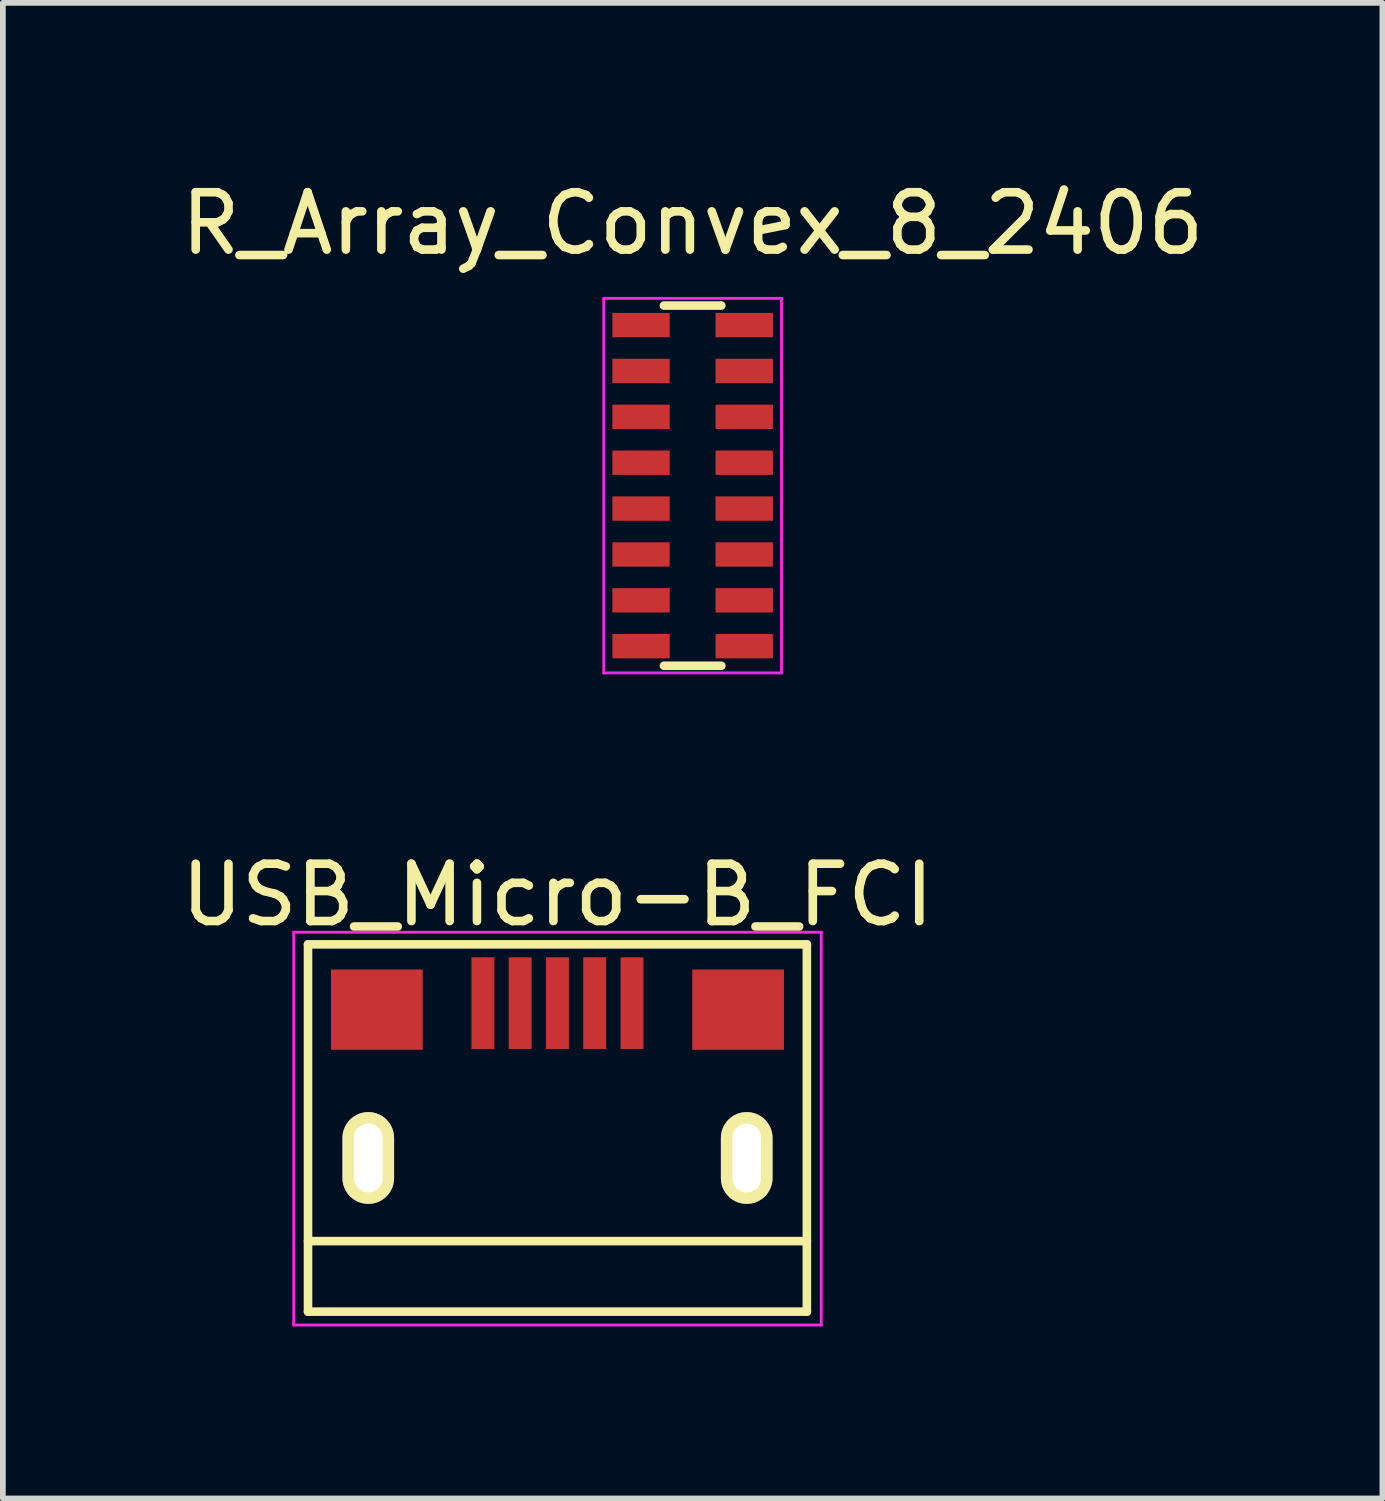
<source format=kicad_pcb>
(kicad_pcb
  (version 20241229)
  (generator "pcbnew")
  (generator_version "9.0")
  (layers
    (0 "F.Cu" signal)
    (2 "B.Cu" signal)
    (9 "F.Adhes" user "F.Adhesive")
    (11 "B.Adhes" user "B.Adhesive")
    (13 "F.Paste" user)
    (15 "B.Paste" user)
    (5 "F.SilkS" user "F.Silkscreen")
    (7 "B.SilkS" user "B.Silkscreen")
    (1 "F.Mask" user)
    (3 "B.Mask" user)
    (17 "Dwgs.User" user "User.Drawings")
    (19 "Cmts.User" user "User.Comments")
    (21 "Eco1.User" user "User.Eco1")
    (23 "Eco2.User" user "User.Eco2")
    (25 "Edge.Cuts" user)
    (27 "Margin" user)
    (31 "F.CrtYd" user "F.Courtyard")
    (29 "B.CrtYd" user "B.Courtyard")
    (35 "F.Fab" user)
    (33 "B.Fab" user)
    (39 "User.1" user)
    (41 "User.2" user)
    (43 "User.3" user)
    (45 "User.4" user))
  (footprint "R_Array_Convex_8_2406"
    (layer "F.Cu")
    (at 9.03 5.42)
    (property "Reference" "R_Array_Convex_8_2406" (at 0 -4.572 0) (layer "F.SilkS") (effects (font (size 1 1) (thickness 0.15))))
    (attr smd)
    (fp_line (start 0.5 -3.141) (end -0.5 -3.141) (stroke (width 0.15) (type solid)) (layer "F.SilkS"))
    (fp_line (start 0.5 3.141) (end -0.5 3.141) (stroke (width 0.15) (type solid)) (layer "F.SilkS"))
    (fp_line (start -1.55 -3.266) (end -1.55 3.266) (stroke (width 0.05) (type solid)) (layer "F.CrtYd"))
    (fp_line (start -1.55 -3.266) (end 1.55 -3.266) (stroke (width 0.05) (type solid)) (layer "F.CrtYd"))
    (fp_line (start -1.55 3.266) (end 1.55 3.266) (stroke (width 0.05) (type solid)) (layer "F.CrtYd"))
    (fp_line (start 1.55 -3.266) (end 1.55 3.266) (stroke (width 0.05) (type solid)) (layer "F.CrtYd"))
    (pad "1" smd rect (at -0.9 -2.8) (size 1 0.425) (layers "F.Cu" "F.Mask" "F.Paste"))
    (pad "2" smd rect (at -0.9 -2) (size 1 0.425) (layers "F.Cu" "F.Mask" "F.Paste"))
    (pad "3" smd rect (at -0.9 -1.2) (size 1 0.425) (layers "F.Cu" "F.Mask" "F.Paste"))
    (pad "4" smd rect (at -0.9 -0.4) (size 1 0.425) (layers "F.Cu" "F.Mask" "F.Paste"))
    (pad "5" smd rect (at -0.9 0.4) (size 1 0.425) (layers "F.Cu" "F.Mask" "F.Paste"))
    (pad "6" smd rect (at -0.9 1.2) (size 1 0.425) (layers "F.Cu" "F.Mask" "F.Paste"))
    (pad "7" smd rect (at -0.9 2) (size 1 0.425) (layers "F.Cu" "F.Mask" "F.Paste"))
    (pad "8" smd rect (at -0.9 2.8) (size 1 0.425) (layers "F.Cu" "F.Mask" "F.Paste"))
    (pad "9" smd rect (at 0.9 2.8) (size 1 0.425) (layers "F.Cu" "F.Mask" "F.Paste"))
    (pad "10" smd rect (at 0.9 2) (size 1 0.425) (layers "F.Cu" "F.Mask" "F.Paste"))
    (pad "11" smd rect (at 0.9 1.2) (size 1 0.425) (layers "F.Cu" "F.Mask" "F.Paste"))
    (pad "12" smd rect (at 0.9 0.4) (size 1 0.425) (layers "F.Cu" "F.Mask" "F.Paste"))
    (pad "13" smd rect (at 0.9 -0.4) (size 1 0.425) (layers "F.Cu" "F.Mask" "F.Paste"))
    (pad "14" smd rect (at 0.9 -1.2) (size 1 0.425) (layers "F.Cu" "F.Mask" "F.Paste"))
    (pad "15" smd rect (at 0.9 -2) (size 1 0.425) (layers "F.Cu" "F.Mask" "F.Paste"))
    (pad "16" smd rect (at 0.9 -2.8) (size 1 0.425) (layers "F.Cu" "F.Mask" "F.Paste")))
  (footprint "USB_Micro-B_FCI"
    (layer "F.Cu")
    (at 6.673 16.009)
    (property "Reference" "USB_Micro-B_FCI" (at 0 -3.45 0) (layer "F.SilkS") (effects (font (size 1 1) (thickness 0.15))))
    (attr smd)
    (fp_line (start -4.351 -2.588) (end 4.349 -2.588) (stroke (width 0.15) (type solid)) (layer "F.SilkS"))
    (fp_line (start -4.351 3.817) (end -4.351 -2.588) (stroke (width 0.15) (type solid)) (layer "F.SilkS"))
    (fp_line (start -4.351 3.817) (end 4.349 3.817) (stroke (width 0.15) (type solid)) (layer "F.SilkS"))
    (fp_line (start 4.349 -2.588) (end 4.349 3.817) (stroke (width 0.15) (type solid)) (layer "F.SilkS"))
    (fp_line (start 4.349 2.587) (end -4.351 2.587) (stroke (width 0.15) (type solid)) (layer "F.SilkS"))
    (fp_line (start -4.6 -2.8) (end 4.6 -2.8) (stroke (width 0.05) (type solid)) (layer "F.CrtYd"))
    (fp_line (start -4.6 4.05) (end -4.6 -2.8) (stroke (width 0.05) (type solid)) (layer "F.CrtYd"))
    (fp_line (start 4.6 -2.8) (end 4.6 4.05) (stroke (width 0.05) (type solid)) (layer "F.CrtYd"))
    (fp_line (start 4.6 4.05) (end -4.6 4.05) (stroke (width 0.05) (type solid)) (layer "F.CrtYd"))
    (pad "1" smd rect (at -1.301 -1.563 90) (size 1.6 0.4) (layers "F.Cu" "F.Mask" "F.Paste"))
    (pad "2" smd rect (at -0.651 -1.563 90) (size 1.6 0.4) (layers "F.Cu" "F.Mask" "F.Paste"))
    (pad "3" smd rect (at -0.001 -1.563 90) (size 1.6 0.4) (layers "F.Cu" "F.Mask" "F.Paste"))
    (pad "4" smd rect (at 0.649 -1.563 90) (size 1.6 0.4) (layers "F.Cu" "F.Mask" "F.Paste"))
    (pad "5" smd rect (at 1.299 -1.563 90) (size 1.6 0.4) (layers "F.Cu" "F.Mask" "F.Paste"))
    (pad "6" thru_hole oval (at -3.3 1.137 90) (size 1.6 0.9) (drill oval 1.2 0.5) (layers "*.Cu" "*.Mask" "F.SilkS"))
    (pad "6" smd rect (at -3.15 -1.45) (size 1.6 1.4) (layers "F.Cu" "F.Mask" "F.Paste"))
    (pad "6" smd rect (at 3.15 -1.45) (size 1.6 1.4) (layers "F.Cu" "F.Mask" "F.Paste"))
    (pad "6" thru_hole oval (at 3.3 1.137 90) (size 1.6 0.9) (drill oval 1.2 0.5) (layers "*.Cu" "*.Mask" "F.SilkS")))
  (gr_rect
    (start -3 -3)
    (end 21.06 23.084)
    (stroke (width 0.1) (type default))
    (fill no)
    (layer "Edge.Cuts")))
</source>
